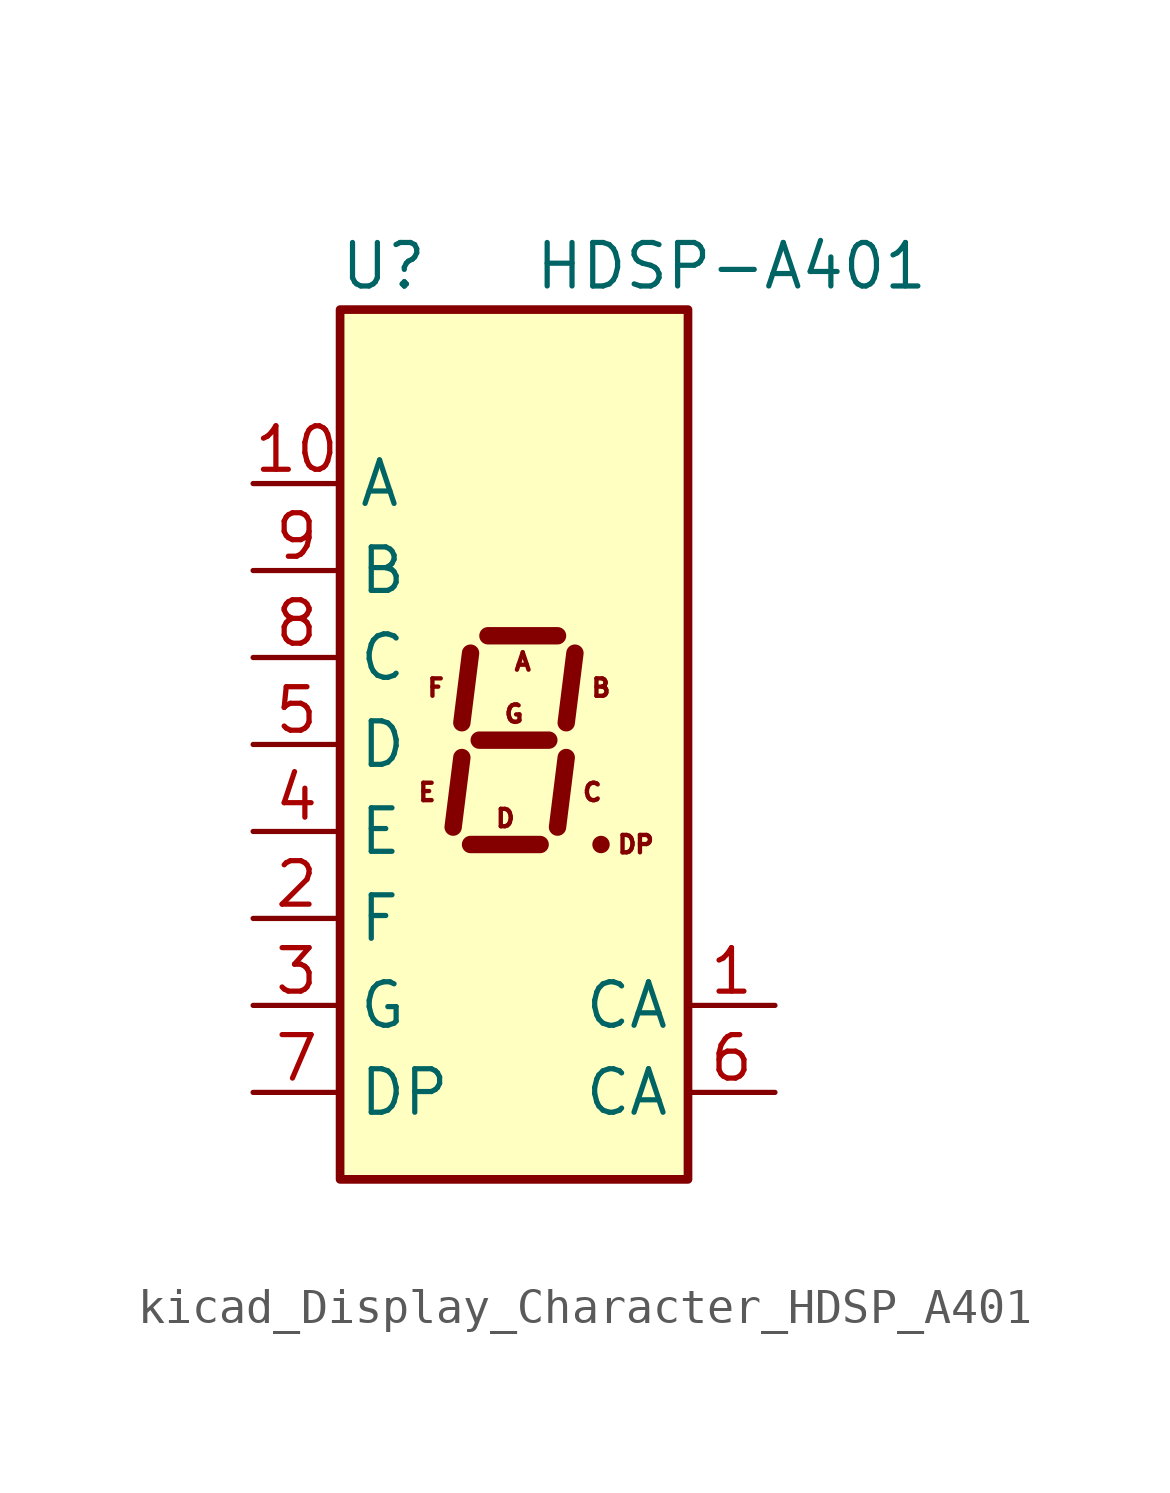
<source format=kicad_sym>
(kicad_symbol_lib
  (version 20220914)
  (generator kicad_symbol_editor)
  (symbol "kicad_Display_Character_HDSP_A401"
    (property "Reference" "U"
      (at -3.81 13.97 0)
      (effects (font (size 1.27 1.27))))
    (property "Value" "HDSP-A401"
      (at 6.35 13.97 0)
      (effects (font (size 1.27 1.27))))
    (symbol "kicad_Display_Character_HDSP_A401_1_0"
      (text "A" (at 0.254 2.413 0) (effects (font (size 0.508 0.508))))
      (text "B" (at 2.54 1.651 0) (effects (font (size 0.508 0.508))))
      (text "C" (at 2.286 -1.397 0) (effects (font (size 0.508 0.508))))
      (text "D" (at -0.254 -2.159 0) (effects (font (size 0.508 0.508))))
      (text "DP" (at 3.556 -2.921 0) (effects (font (size 0.508 0.508))))
      (text "E" (at -2.54 -1.397 0) (effects (font (size 0.508 0.508))))
      (text "F" (at -2.286 1.651 0) (effects (font (size 0.508 0.508))))
      (text "G" (at 0 0.889 0) (effects (font (size 0.508 0.508)))))
    (symbol "kicad_Display_Character_HDSP_A401_1_1"
      (rectangle (start -5.08 12.7) (end 5.08 -12.7) (stroke (width 0.254) (type default)) (fill (type background)))
      (polyline (pts (xy -1.524 -0.381) (xy -1.778 -2.413)) (stroke (width 0.508) (type default)) (fill (type none)))
      (polyline (pts (xy -1.27 -2.921) (xy 0.762 -2.921)) (stroke (width 0.508) (type default)) (fill (type none)))
      (polyline (pts (xy -1.27 2.667) (xy -1.524 0.635)) (stroke (width 0.508) (type default)) (fill (type none)))
      (polyline (pts (xy -1.016 0.127) (xy 1.016 0.127)) (stroke (width 0.508) (type default)) (fill (type none)))
      (polyline (pts (xy -0.762 3.175) (xy 1.27 3.175)) (stroke (width 0.508) (type default)) (fill (type none)))
      (polyline (pts (xy 1.524 -0.381) (xy 1.27 -2.413)) (stroke (width 0.508) (type default)) (fill (type none)))
      (polyline (pts (xy 1.778 2.667) (xy 1.524 0.635)) (stroke (width 0.508) (type default)) (fill (type none)))
      (polyline (pts (xy 2.54 -2.921) (xy 2.54 -2.921)) (stroke (width 0.508) (type default)) (fill (type none)))
      (pin input line (at 7.62 -7.62 180) (length 2.54) (name "CA" (effects (font (size 1.27 1.27)))) (number "1" (effects (font (size 1.27 1.27)))))
      (pin input line (at -7.62 7.62 0) (length 2.54) (name "A" (effects (font (size 1.27 1.27)))) (number "10" (effects (font (size 1.27 1.27)))))
      (pin input line (at -7.62 -5.08 0) (length 2.54) (name "F" (effects (font (size 1.27 1.27)))) (number "2" (effects (font (size 1.27 1.27)))))
      (pin input line (at -7.62 -7.62 0) (length 2.54) (name "G" (effects (font (size 1.27 1.27)))) (number "3" (effects (font (size 1.27 1.27)))))
      (pin input line (at -7.62 -2.54 0) (length 2.54) (name "E" (effects (font (size 1.27 1.27)))) (number "4" (effects (font (size 1.27 1.27)))))
      (pin input line (at -7.62 0 0) (length 2.54) (name "D" (effects (font (size 1.27 1.27)))) (number "5" (effects (font (size 1.27 1.27)))))
      (pin input line (at 7.62 -10.16 180) (length 2.54) (name "CA" (effects (font (size 1.27 1.27)))) (number "6" (effects (font (size 1.27 1.27)))))
      (pin input line (at -7.62 -10.16 0) (length 2.54) (name "DP" (effects (font (size 1.27 1.27)))) (number "7" (effects (font (size 1.27 1.27)))))
      (pin input line (at -7.62 2.54 0) (length 2.54) (name "C" (effects (font (size 1.27 1.27)))) (number "8" (effects (font (size 1.27 1.27)))))
      (pin input line (at -7.62 5.08 0) (length 2.54) (name "B" (effects (font (size 1.27 1.27)))) (number "9" (effects (font (size 1.27 1.27))))))))
</source>
